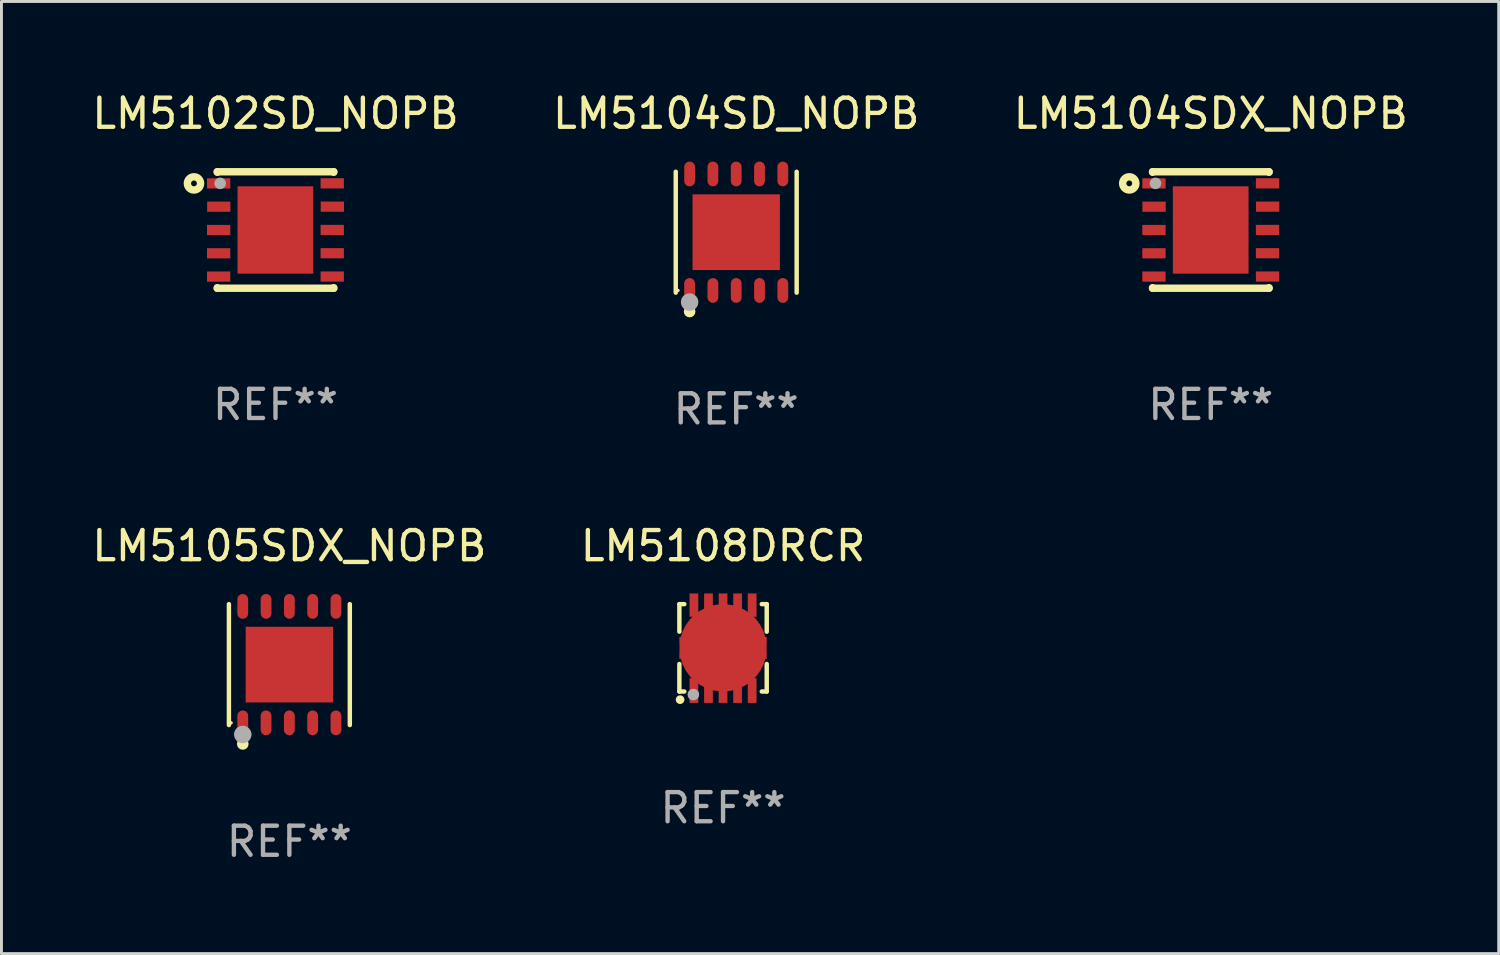
<source format=kicad_pcb>
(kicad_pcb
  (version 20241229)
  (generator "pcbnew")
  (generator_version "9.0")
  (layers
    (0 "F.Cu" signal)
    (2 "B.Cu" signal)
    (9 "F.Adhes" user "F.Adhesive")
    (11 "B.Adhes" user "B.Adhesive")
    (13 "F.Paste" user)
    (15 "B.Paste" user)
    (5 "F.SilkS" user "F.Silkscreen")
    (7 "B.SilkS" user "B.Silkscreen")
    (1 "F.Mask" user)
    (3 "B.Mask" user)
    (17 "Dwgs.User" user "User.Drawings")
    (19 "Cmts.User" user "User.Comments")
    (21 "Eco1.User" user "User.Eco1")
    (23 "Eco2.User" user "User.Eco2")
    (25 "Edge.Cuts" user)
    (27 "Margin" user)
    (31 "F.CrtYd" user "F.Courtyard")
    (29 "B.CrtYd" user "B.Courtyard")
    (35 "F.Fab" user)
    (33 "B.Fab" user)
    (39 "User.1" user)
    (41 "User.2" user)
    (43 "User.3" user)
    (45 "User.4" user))
  (footprint "LM5104SDX_NOPB"
    (layer "F.Cu")
    (at 38.53 4.848)
    (property "Reference" "LM5104SDX_NOPB" (at 0 -4 0) (layer "F.SilkS") (effects (font (size 1 1) (thickness 0.15))))
    (attr through_hole)
    (fp_line (start -2 -2) (end -2 -1.981) (stroke (width 0.254) (type solid)) (layer "F.SilkS"))
    (fp_line (start -2 -2) (end 2 -2) (stroke (width 0.254) (type solid)) (layer "F.SilkS"))
    (fp_line (start -2 1.981) (end -2 2) (stroke (width 0.254) (type solid)) (layer "F.SilkS"))
    (fp_line (start -2 2) (end 2 2) (stroke (width 0.254) (type solid)) (layer "F.SilkS"))
    (fp_line (start 2 -2) (end 2 -1.981) (stroke (width 0.254) (type solid)) (layer "F.SilkS"))
    (fp_line (start 2 1.981) (end 2 2) (stroke (width 0.254) (type solid)) (layer "F.SilkS"))
    (fp_circle (center -2.8 -1.6) (end -2.7 -1.6) (stroke (width 0.254) (type solid)) (fill no) (layer "F.SilkS"))
    (fp_circle (center -2 -2) (end -1.97 -2) (stroke (width 0.06) (type solid)) (fill no) (layer "F.SilkS"))
    (fp_circle (center -1.9 -1.601) (end -1.8 -1.601) (stroke (width 0.2) (type solid)) (fill no) (layer "F.Fab"))
    (fp_text user "REF**" (at 0 6 0) (layer "F.Fab") (effects (font (size 1 1) (thickness 0.15))))
    (pad "1" smd rect (at -1.952 -1.6) (size 0.8 0.35) (layers "F.Cu" "F.Mask" "F.Paste"))
    (pad "2" smd rect (at -1.948 -0.8) (size 0.8 0.35) (layers "F.Cu" "F.Mask" "F.Paste"))
    (pad "3" smd rect (at -1.952 0.000051) (size 0.8 0.35) (layers "F.Cu" "F.Mask" "F.Paste"))
    (pad "4" smd rect (at -1.952 0.8) (size 0.8 0.35) (layers "F.Cu" "F.Mask" "F.Paste"))
    (pad "5" smd rect (at -1.952 1.6) (size 0.8 0.35) (layers "F.Cu" "F.Mask" "F.Paste"))
    (pad "6" smd rect (at 1.948 1.598) (size 0.8 0.35) (layers "F.Cu" "F.Mask" "F.Paste"))
    (pad "7" smd rect (at 1.948 0.798) (size 0.8 0.35) (layers "F.Cu" "F.Mask" "F.Paste"))
    (pad "8" smd rect (at 1.948 -0.002) (size 0.8 0.35) (layers "F.Cu" "F.Mask" "F.Paste"))
    (pad "9" smd rect (at 1.952 -0.802) (size 0.8 0.35) (layers "F.Cu" "F.Mask" "F.Paste"))
    (pad "10" smd rect (at 1.948 -1.602) (size 0.8 0.35) (layers "F.Cu" "F.Mask" "F.Paste"))
    (pad "11" smd rect (at -0.004 -0.001) (size 2.6 3) (layers "F.Cu" "F.Mask" "F.Paste")))
  (footprint "LM5102SD_NOPB"
    (layer "F.Cu")
    (at 6.411 4.848)
    (property "Reference" "LM5102SD_NOPB" (at 0 -4 0) (layer "F.SilkS") (effects (font (size 1 1) (thickness 0.15))))
    (attr through_hole)
    (fp_line (start -2 -2) (end -2 -1.981) (stroke (width 0.254) (type solid)) (layer "F.SilkS"))
    (fp_line (start -2 -2) (end 2 -2) (stroke (width 0.254) (type solid)) (layer "F.SilkS"))
    (fp_line (start -2 1.981) (end -2 2) (stroke (width 0.254) (type solid)) (layer "F.SilkS"))
    (fp_line (start -2 2) (end 2 2) (stroke (width 0.254) (type solid)) (layer "F.SilkS"))
    (fp_line (start 2 -2) (end 2 -1.981) (stroke (width 0.254) (type solid)) (layer "F.SilkS"))
    (fp_line (start 2 1.981) (end 2 2) (stroke (width 0.254) (type solid)) (layer "F.SilkS"))
    (fp_circle (center -2.8 -1.6) (end -2.7 -1.6) (stroke (width 0.254) (type solid)) (fill no) (layer "F.SilkS"))
    (fp_circle (center -2 -2) (end -1.97 -2) (stroke (width 0.06) (type solid)) (fill no) (layer "F.SilkS"))
    (fp_circle (center -1.9 -1.601) (end -1.8 -1.601) (stroke (width 0.2) (type solid)) (fill no) (layer "F.Fab"))
    (fp_text user "REF**" (at 0 6 0) (layer "F.Fab") (effects (font (size 1 1) (thickness 0.15))))
    (pad "1" smd rect (at -1.952 -1.6) (size 0.8 0.35) (layers "F.Cu" "F.Mask" "F.Paste"))
    (pad "2" smd rect (at -1.948 -0.8) (size 0.8 0.35) (layers "F.Cu" "F.Mask" "F.Paste"))
    (pad "3" smd rect (at -1.952 0.000051) (size 0.8 0.35) (layers "F.Cu" "F.Mask" "F.Paste"))
    (pad "4" smd rect (at -1.952 0.8) (size 0.8 0.35) (layers "F.Cu" "F.Mask" "F.Paste"))
    (pad "5" smd rect (at -1.952 1.6) (size 0.8 0.35) (layers "F.Cu" "F.Mask" "F.Paste"))
    (pad "6" smd rect (at 1.948 1.598) (size 0.8 0.35) (layers "F.Cu" "F.Mask" "F.Paste"))
    (pad "7" smd rect (at 1.948 0.798) (size 0.8 0.35) (layers "F.Cu" "F.Mask" "F.Paste"))
    (pad "8" smd rect (at 1.948 -0.002) (size 0.8 0.35) (layers "F.Cu" "F.Mask" "F.Paste"))
    (pad "9" smd rect (at 1.952 -0.802) (size 0.8 0.35) (layers "F.Cu" "F.Mask" "F.Paste"))
    (pad "10" smd rect (at 1.948 -1.602) (size 0.8 0.35) (layers "F.Cu" "F.Mask" "F.Paste"))
    (pad "11" smd rect (at -0.004 -0.001) (size 2.6 3) (layers "F.Cu" "F.Mask" "F.Paste")))
  (footprint "LM5108DRCR"
    (layer "F.Cu")
    (at 21.78 19.197)
    (property "Reference" "LM5108DRCR" (at 0 -3.5 0) (layer "F.SilkS") (effects (font (size 1 1) (thickness 0.15))))
    (attr through_hole)
    (fp_line (start -1.5 -1.5) (end -1.33 -1.5) (stroke (width 0.152) (type solid)) (layer "F.SilkS"))
    (fp_line (start -1.5 -0.555) (end -1.5 -1.5) (stroke (width 0.152) (type solid)) (layer "F.SilkS"))
    (fp_line (start -1.5 1.5) (end -1.5 0.555) (stroke (width 0.152) (type solid)) (layer "F.SilkS"))
    (fp_line (start -1.33 1.5) (end -1.5 1.5) (stroke (width 0.152) (type solid)) (layer "F.SilkS"))
    (fp_line (start 1.33 -1.5) (end 1.5 -1.5) (stroke (width 0.152) (type solid)) (layer "F.SilkS"))
    (fp_line (start 1.5 -1.5) (end 1.5 -0.555) (stroke (width 0.152) (type solid)) (layer "F.SilkS"))
    (fp_line (start 1.5 0.555) (end 1.5 1.5) (stroke (width 0.152) (type solid)) (layer "F.SilkS"))
    (fp_line (start 1.5 1.5) (end 1.33 1.5) (stroke (width 0.152) (type solid)) (layer "F.SilkS"))
    (fp_circle (center -1.5 1.5) (end -1.47 1.5) (stroke (width 0.06) (type solid)) (fill no) (layer "F.SilkS"))
    (fp_circle (center -1.475 1.78) (end -1.4 1.78) (stroke (width 0.15) (type solid)) (fill no) (layer "F.SilkS"))
    (fp_circle (center -1.02 1.605) (end -0.92 1.605) (stroke (width 0.2) (type solid)) (fill no) (layer "F.Fab"))
    (fp_text user "REF**" (at 0 5.5 0) (layer "F.Fab") (effects (font (size 1 1) (thickness 0.15))))
    (pad "1" smd rect (at -1 1.467) (size 0.3 0.85) (layers "F.Cu" "F.Mask" "F.Paste"))
    (pad "2" smd rect (at -0.5 1.467) (size 0.3 0.85) (layers "F.Cu" "F.Mask" "F.Paste"))
    (pad "3" smd rect (at 0 1.467) (size 0.3 0.85) (layers "F.Cu" "F.Mask" "F.Paste"))
    (pad "4" smd rect (at 0.5 1.467) (size 0.3 0.85) (layers "F.Cu" "F.Mask" "F.Paste"))
    (pad "5" smd rect (at 1 1.467 180) (size 0.3 0.85) (layers "F.Cu" "F.Mask" "F.Paste"))
    (pad "6" smd rect (at 1 -1.467 180) (size 0.3 0.8) (layers "F.Cu" "F.Mask" "F.Paste"))
    (pad "7" smd rect (at 0.5 -1.467 180) (size 0.3 0.8) (layers "F.Cu" "F.Mask" "F.Paste"))
    (pad "8" smd rect (at 0 -1.467 180) (size 0.3 0.8) (layers "F.Cu" "F.Mask" "F.Paste"))
    (pad "9" smd rect (at -0.5 -1.467) (size 0.3 0.8) (layers "F.Cu" "F.Mask" "F.Paste"))
    (pad "10" smd rect (at -1 -1.467) (size 0.3 0.8) (layers "F.Cu" "F.Mask" "F.Paste"))
    (pad "11" smd custom (at 0 0) (size 3 1.65) (layers "F.Cu" "F.Mask" "F.Paste") (options (anchor circle)) (primitives (gr_poly (pts (xy -1.2 0.773) (xy -1.2 0.375) (xy -1.5 0.375) (xy -1.5 0.125) (xy -1.2 0.125) (xy -1.2 -0.125) (xy -1.5 -0.125) (xy -1.5 -0.375) (xy -1.2 -0.375) (xy -1.2 -0.825) (xy 1.2 -0.825) (xy 1.2 -0.375) (xy 1.5 -0.375) (xy 1.5 -0.125) (xy 1.2 -0.125) (xy 1.2 0.125) (xy 1.5 0.125) (xy 1.5 0.375) (xy 1.2 0.375) (xy 1.2 0.825) (xy -1.2 0.825)) (width 0) (fill yes)))))
  (footprint "LM5104SD_NOPB"
    (layer "F.Cu")
    (at 22.232 4.924)
    (property "Reference" "LM5104SD_NOPB" (at 0 -4.076 0) (layer "F.SilkS") (effects (font (size 1 1) (thickness 0.15))))
    (attr through_hole)
    (fp_line (start -2.076 2.076) (end -2.076 -2.076) (stroke (width 0.152) (type solid)) (layer "F.SilkS"))
    (fp_line (start 2.076 -2.076) (end 2.076 2.076) (stroke (width 0.152) (type solid)) (layer "F.SilkS"))
    (fp_circle (center -2 2) (end -1.97 2) (stroke (width 0.06) (type solid)) (fill no) (layer "F.SilkS"))
    (fp_circle (center -1.6 2.725) (end -1.5 2.725) (stroke (width 0.2) (type solid)) (fill no) (layer "F.SilkS"))
    (fp_circle (center -1.6 2.4) (end -1.45 2.4) (stroke (width 0.3) (type solid)) (fill no) (layer "F.Fab"))
    (fp_text user "REF**" (at 0 6.076 0) (layer "F.Fab") (effects (font (size 1 1) (thickness 0.15))))
    (pad "1" smd oval (at -1.6 2) (size 0.371 0.85) (layers "F.Cu" "F.Mask" "F.Paste"))
    (pad "2" smd oval (at -0.8 2) (size 0.371 0.85) (layers "F.Cu" "F.Mask" "F.Paste"))
    (pad "3" smd oval (at 0 2) (size 0.371 0.85) (layers "F.Cu" "F.Mask" "F.Paste"))
    (pad "4" smd oval (at 0.8 2) (size 0.371 0.85) (layers "F.Cu" "F.Mask" "F.Paste"))
    (pad "5" smd oval (at 1.6 2) (size 0.371 0.85) (layers "F.Cu" "F.Mask" "F.Paste"))
    (pad "6" smd oval (at 1.6 -2) (size 0.371 0.85) (layers "F.Cu" "F.Mask" "F.Paste"))
    (pad "7" smd oval (at 0.8 -2) (size 0.371 0.85) (layers "F.Cu" "F.Mask" "F.Paste"))
    (pad "8" smd oval (at 0 -2) (size 0.371 0.85) (layers "F.Cu" "F.Mask" "F.Paste"))
    (pad "9" smd oval (at -0.8 -2) (size 0.371 0.85) (layers "F.Cu" "F.Mask" "F.Paste"))
    (pad "10" smd oval (at -1.6 -2) (size 0.371 0.85) (layers "F.Cu" "F.Mask" "F.Paste"))
    (pad "11" smd rect (at 0 0) (size 3 2.6) (layers "F.Cu" "F.Mask" "F.Paste")))
  (footprint "LM5105SDX_NOPB"
    (layer "F.Cu")
    (at 6.887 19.773)
    (property "Reference" "LM5105SDX_NOPB" (at 0 -4.076 0) (layer "F.SilkS") (effects (font (size 1 1) (thickness 0.15))))
    (attr through_hole)
    (fp_line (start -2.076 2.076) (end -2.076 -2.076) (stroke (width 0.152) (type solid)) (layer "F.SilkS"))
    (fp_line (start 2.076 -2.076) (end 2.076 2.076) (stroke (width 0.152) (type solid)) (layer "F.SilkS"))
    (fp_circle (center -2 2) (end -1.97 2) (stroke (width 0.06) (type solid)) (fill no) (layer "F.SilkS"))
    (fp_circle (center -1.6 2.725) (end -1.5 2.725) (stroke (width 0.2) (type solid)) (fill no) (layer "F.SilkS"))
    (fp_circle (center -1.6 2.4) (end -1.45 2.4) (stroke (width 0.3) (type solid)) (fill no) (layer "F.Fab"))
    (fp_text user "REF**" (at 0 6.076 0) (layer "F.Fab") (effects (font (size 1 1) (thickness 0.15))))
    (pad "1" smd oval (at -1.6 2) (size 0.371 0.85) (layers "F.Cu" "F.Mask" "F.Paste"))
    (pad "2" smd oval (at -0.8 2) (size 0.371 0.85) (layers "F.Cu" "F.Mask" "F.Paste"))
    (pad "3" smd oval (at 0 2) (size 0.371 0.85) (layers "F.Cu" "F.Mask" "F.Paste"))
    (pad "4" smd oval (at 0.8 2) (size 0.371 0.85) (layers "F.Cu" "F.Mask" "F.Paste"))
    (pad "5" smd oval (at 1.6 2) (size 0.371 0.85) (layers "F.Cu" "F.Mask" "F.Paste"))
    (pad "6" smd oval (at 1.6 -2) (size 0.371 0.85) (layers "F.Cu" "F.Mask" "F.Paste"))
    (pad "7" smd oval (at 0.8 -2) (size 0.371 0.85) (layers "F.Cu" "F.Mask" "F.Paste"))
    (pad "8" smd oval (at 0 -2) (size 0.371 0.85) (layers "F.Cu" "F.Mask" "F.Paste"))
    (pad "9" smd oval (at -0.8 -2) (size 0.371 0.85) (layers "F.Cu" "F.Mask" "F.Paste"))
    (pad "10" smd oval (at -1.6 -2) (size 0.371 0.85) (layers "F.Cu" "F.Mask" "F.Paste"))
    (pad "11" smd rect (at 0 0) (size 3 2.6) (layers "F.Cu" "F.Mask" "F.Paste")))
  (gr_rect
    (start -3 -3)
    (end 48.417 29.698)
    (stroke (width 0.1) (type default))
    (fill no)
    (layer "Edge.Cuts")))
</source>
